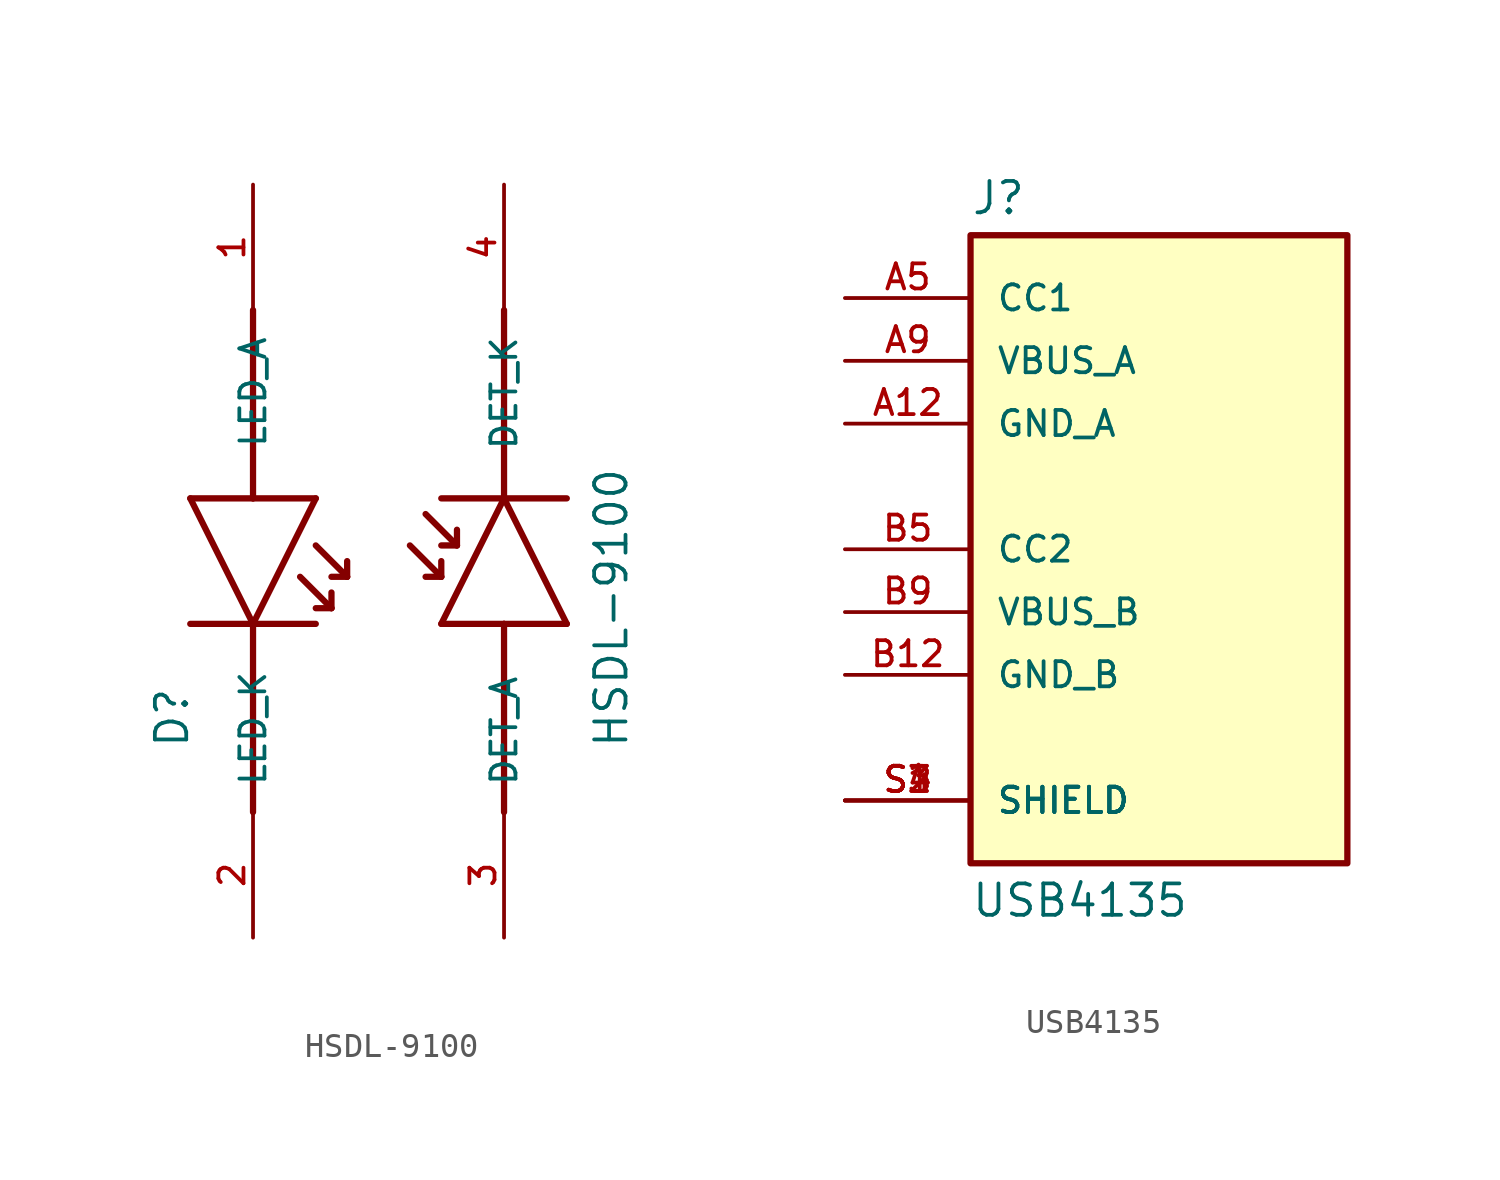
<source format=kicad_sym>
(kicad_symbol_lib
  (version 20220914)
  (generator kicad_symbol_editor)
  (symbol "HSDL-9100"
    (pin_names
      (offset 1.016))
    (property "Reference" "D"
      (at -7.62 -7.62 90)
      (effects (font (size 1.27 1.27)) (justify left bottom)))
    (property "Value" "HSDL-9100"
      (at 10.16 -7.62 90)
      (effects (font (size 1.27 1.27)) (justify left bottom)))
    (property "ki_locked" ""
      (at 0 0 0)
      (effects (font (size 1.27 1.27))))
    (symbol "HSDL-9100_0_0"
      (polyline (pts (xy -7.62 -2.54) (xy -5.08 -2.54)) (stroke (width 0.254) (type solid)) (fill (type none)))
      (polyline (pts (xy -7.62 2.54) (xy -5.08 2.54)) (stroke (width 0.254) (type solid)) (fill (type none)))
      (polyline (pts (xy -5.08 -2.54) (xy -7.62 2.54)) (stroke (width 0.254) (type solid)) (fill (type none)))
      (polyline (pts (xy -5.08 -2.54) (xy -5.08 -10.16)) (stroke (width 0.254) (type solid)) (fill (type none)))
      (polyline (pts (xy -5.08 -2.54) (xy -2.54 -2.54)) (stroke (width 0.254) (type solid)) (fill (type none)))
      (polyline (pts (xy -5.08 2.54) (xy -5.08 10.16)) (stroke (width 0.254) (type solid)) (fill (type none)))
      (polyline (pts (xy -5.08 2.54) (xy -2.54 2.54)) (stroke (width 0.254) (type solid)) (fill (type none)))
      (polyline (pts (xy -3.175 -0.635) (xy -1.905 -1.905)) (stroke (width 0.254) (type solid)) (fill (type none)))
      (polyline (pts (xy -2.54 0.635) (xy -1.27 -0.635)) (stroke (width 0.254) (type solid)) (fill (type none)))
      (polyline (pts (xy -2.54 2.54) (xy -5.08 -2.54)) (stroke (width 0.254) (type solid)) (fill (type none)))
      (polyline (pts (xy -1.905 -1.905) (xy -2.54 -1.905)) (stroke (width 0.254) (type solid)) (fill (type none)))
      (polyline (pts (xy -1.905 -1.905) (xy -1.905 -1.27)) (stroke (width 0.254) (type solid)) (fill (type none)))
      (polyline (pts (xy -1.27 -0.635) (xy -1.905 -0.635)) (stroke (width 0.254) (type solid)) (fill (type none)))
      (polyline (pts (xy -1.27 -0.635) (xy -1.27 0)) (stroke (width 0.254) (type solid)) (fill (type none)))
      (polyline (pts (xy 1.27 0.635) (xy 2.54 -0.635)) (stroke (width 0.254) (type solid)) (fill (type none)))
      (polyline (pts (xy 1.905 1.905) (xy 3.175 0.635)) (stroke (width 0.254) (type solid)) (fill (type none)))
      (polyline (pts (xy 2.54 -2.54) (xy 5.08 -2.54)) (stroke (width 0.254) (type solid)) (fill (type none)))
      (polyline (pts (xy 2.54 -0.635) (xy 1.905 -0.635)) (stroke (width 0.254) (type solid)) (fill (type none)))
      (polyline (pts (xy 2.54 -0.635) (xy 2.54 0)) (stroke (width 0.254) (type solid)) (fill (type none)))
      (polyline (pts (xy 3.175 0.635) (xy 2.54 0.635)) (stroke (width 0.254) (type solid)) (fill (type none)))
      (polyline (pts (xy 3.175 0.635) (xy 3.175 1.27)) (stroke (width 0.254) (type solid)) (fill (type none)))
      (polyline (pts (xy 5.08 -2.54) (xy 5.08 -10.16)) (stroke (width 0.254) (type solid)) (fill (type none)))
      (polyline (pts (xy 5.08 -2.54) (xy 7.62 -2.54)) (stroke (width 0.254) (type solid)) (fill (type none)))
      (polyline (pts (xy 5.08 2.54) (xy 2.54 -2.54)) (stroke (width 0.254) (type solid)) (fill (type none)))
      (polyline (pts (xy 5.08 2.54) (xy 2.54 2.54)) (stroke (width 0.254) (type solid)) (fill (type none)))
      (polyline (pts (xy 5.08 2.54) (xy 5.08 10.16)) (stroke (width 0.254) (type solid)) (fill (type none)))
      (polyline (pts (xy 7.62 -2.54) (xy 5.08 2.54)) (stroke (width 0.254) (type solid)) (fill (type none)))
      (polyline (pts (xy 7.62 2.54) (xy 5.08 2.54)) (stroke (width 0.254) (type solid)) (fill (type none)))
      (pin passive line (at -5.08 15.24 270) (length 5.08) (name "LED_A" (effects (font (size 1.016 1.016)))) (number "1" (effects (font (size 1.016 1.016)))))
      (pin passive line (at -5.08 -15.24 90) (length 5.08) (name "LED_K" (effects (font (size 1.016 1.016)))) (number "2" (effects (font (size 1.016 1.016)))))
      (pin passive line (at 5.08 -15.24 90) (length 5.08) (name "DET_A" (effects (font (size 1.016 1.016)))) (number "3" (effects (font (size 1.016 1.016)))))
      (pin passive line (at 5.08 15.24 270) (length 5.08) (name "DET_K" (effects (font (size 1.016 1.016)))) (number "4" (effects (font (size 1.016 1.016)))))))
  (symbol "USB4135"
    (pin_names
      (offset 1.016))
    (property "Reference" "J"
      (at -7.62 13.462 0)
      (effects (font (size 1.27 1.27)) (justify left bottom)))
    (property "Value" "USB4135"
      (at -7.62 -13.462 0)
      (effects (font (size 1.27 1.27)) (justify left top)))
    (symbol "USB4135_0_0"
      (rectangle (start -7.62 -12.7) (end 7.62 12.7) (stroke (width 0.254) (type default)) (fill (type background)))
      (pin power_in line (at -12.7 5.08 0) (length 5.08) (name "GND_A" (effects (font (size 1.016 1.016)))) (number "A12" (effects (font (size 1.016 1.016)))))
      (pin bidirectional line (at -12.7 10.16 0) (length 5.08) (name "CC1" (effects (font (size 1.016 1.016)))) (number "A5" (effects (font (size 1.016 1.016)))))
      (pin power_in line (at -12.7 7.62 0) (length 5.08) (name "VBUS_A" (effects (font (size 1.016 1.016)))) (number "A9" (effects (font (size 1.016 1.016)))))
      (pin power_in line (at -12.7 -5.08 0) (length 5.08) (name "GND_B" (effects (font (size 1.016 1.016)))) (number "B12" (effects (font (size 1.016 1.016)))))
      (pin bidirectional line (at -12.7 0 0) (length 5.08) (name "CC2" (effects (font (size 1.016 1.016)))) (number "B5" (effects (font (size 1.016 1.016)))))
      (pin power_in line (at -12.7 -2.54 0) (length 5.08) (name "VBUS_B" (effects (font (size 1.016 1.016)))) (number "B9" (effects (font (size 1.016 1.016)))))
      (pin passive line (at -12.7 -10.16 0) (length 5.08) (name "SHIELD" (effects (font (size 1.016 1.016)))) (number "S1" (effects (font (size 1.016 1.016)))))
      (pin passive line (at -12.7 -10.16 0) (length 5.08) (name "SHIELD" (effects (font (size 1.016 1.016)))) (number "S2" (effects (font (size 1.016 1.016)))))
      (pin passive line (at -12.7 -10.16 0) (length 5.08) (name "SHIELD" (effects (font (size 1.016 1.016)))) (number "S3" (effects (font (size 1.016 1.016)))))
      (pin passive line (at -12.7 -10.16 0) (length 5.08) (name "SHIELD" (effects (font (size 1.016 1.016)))) (number "S4" (effects (font (size 1.016 1.016))))))))
</source>
